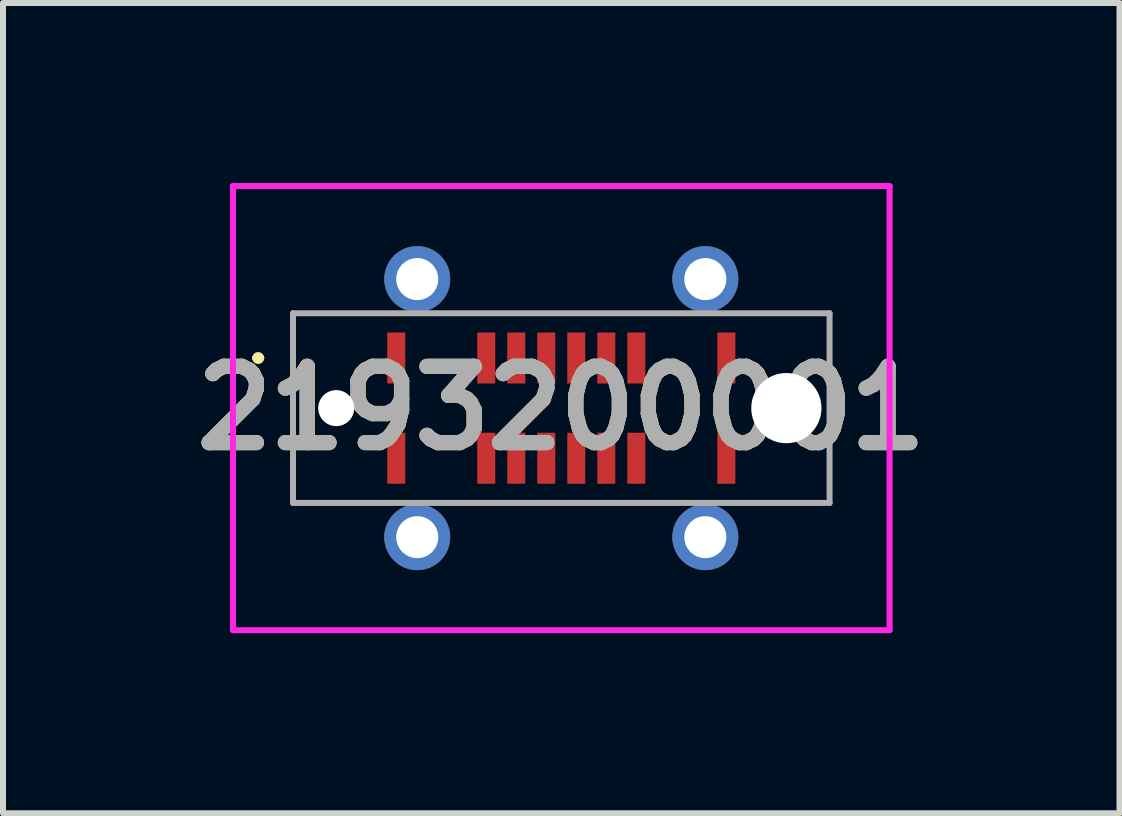
<source format=kicad_pcb>
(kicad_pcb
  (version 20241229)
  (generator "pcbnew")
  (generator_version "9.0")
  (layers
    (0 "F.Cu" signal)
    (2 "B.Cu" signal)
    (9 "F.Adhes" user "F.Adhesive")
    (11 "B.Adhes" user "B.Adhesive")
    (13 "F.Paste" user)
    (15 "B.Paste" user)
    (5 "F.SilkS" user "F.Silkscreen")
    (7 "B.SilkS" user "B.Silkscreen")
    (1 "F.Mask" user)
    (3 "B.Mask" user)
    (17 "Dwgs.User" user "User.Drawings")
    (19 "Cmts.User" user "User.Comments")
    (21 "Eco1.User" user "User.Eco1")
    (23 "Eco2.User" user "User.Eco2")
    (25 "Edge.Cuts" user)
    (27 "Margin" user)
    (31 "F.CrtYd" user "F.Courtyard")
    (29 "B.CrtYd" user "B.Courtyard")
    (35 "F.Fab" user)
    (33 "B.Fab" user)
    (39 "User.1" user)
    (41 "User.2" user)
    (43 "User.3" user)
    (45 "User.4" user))
  (footprint "2193200001"
    (layer "F.Cu")
    (at 6.302 3.75)
    (property "Reference" "2193200001" (at 0 0 0) (layer "F.SilkS") (effects (font (size 1.27 1.27) (thickness 0.254))))
    (attr through_hole)
    (fp_line (start -5.1 -0.835) (end -5.1 -0.835) (stroke (width 0.1) (type solid)) (layer "F.SilkS"))
    (fp_line (start -5 -0.835) (end -5 -0.835) (stroke (width 0.1) (type solid)) (layer "F.SilkS"))
    (fp_arc (start -5.1 -0.835) (mid -5.05 -0.885) (end -5 -0.835) (stroke (width 0.1) (type solid)) (layer "F.SilkS"))
    (fp_arc (start -5 -0.835) (mid -5.05 -0.785) (end -5.1 -0.835) (stroke (width 0.1) (type solid)) (layer "F.SilkS"))
    (fp_line (start -5.47 -3.7) (end 5.47 -3.7) (stroke (width 0.1) (type solid)) (layer "F.CrtYd"))
    (fp_line (start -5.47 3.7) (end -5.47 -3.7) (stroke (width 0.1) (type solid)) (layer "F.CrtYd"))
    (fp_line (start 5.47 -3.7) (end 5.47 3.7) (stroke (width 0.1) (type solid)) (layer "F.CrtYd"))
    (fp_line (start 5.47 3.7) (end -5.47 3.7) (stroke (width 0.1) (type solid)) (layer "F.CrtYd"))
    (fp_line (start -4.47 -1.58) (end 4.47 -1.58) (stroke (width 0.1) (type solid)) (layer "F.Fab"))
    (fp_line (start -4.47 1.58) (end -4.47 -1.58) (stroke (width 0.1) (type solid)) (layer "F.Fab"))
    (fp_line (start 4.47 -1.58) (end 4.47 1.58) (stroke (width 0.1) (type solid)) (layer "F.Fab"))
    (fp_line (start 4.47 1.58) (end -4.47 1.58) (stroke (width 0.1) (type solid)) (layer "F.Fab"))
    (fp_text user "${REFERENCE}" (at 0 0 0) (layer "F.Fab") (effects (font (size 1.27 1.27) (thickness 0.254))))
    (pad "" np_thru_hole circle (at -3.75 0) (size 0.6 0.6) (drill 0.6) (layers "*.Cu" "*.Mask"))
    (pad "" np_thru_hole circle (at 3.75 0) (size 1.17 1.17) (drill 1.17) (layers "*.Cu" "*.Mask"))
    (pad "A1" smd rect (at -2.75 -0.835) (size 0.3 0.85) (layers "F.Cu" "F.Mask" "F.Paste"))
    (pad "A4" smd rect (at -1.25 -0.835) (size 0.3 0.85) (layers "F.Cu" "F.Mask" "F.Paste"))
    (pad "A5" smd rect (at -0.75 -0.835) (size 0.3 0.85) (layers "F.Cu" "F.Mask" "F.Paste"))
    (pad "A6" smd rect (at -0.25 -0.835) (size 0.3 0.85) (layers "F.Cu" "F.Mask" "F.Paste"))
    (pad "A7" smd rect (at 0.25 -0.835) (size 0.3 0.85) (layers "F.Cu" "F.Mask" "F.Paste"))
    (pad "A8" smd rect (at 0.75 -0.835) (size 0.3 0.85) (layers "F.Cu" "F.Mask" "F.Paste"))
    (pad "A9" smd rect (at 1.25 -0.835) (size 0.3 0.85) (layers "F.Cu" "F.Mask" "F.Paste"))
    (pad "A12" smd rect (at 2.75 -0.835) (size 0.3 0.85) (layers "F.Cu" "F.Mask" "F.Paste"))
    (pad "B1" smd rect (at 2.75 0.835) (size 0.3 0.85) (layers "F.Cu" "F.Mask" "F.Paste"))
    (pad "B4" smd rect (at 1.25 0.835) (size 0.3 0.85) (layers "F.Cu" "F.Mask" "F.Paste"))
    (pad "B5" smd rect (at 0.75 0.835) (size 0.3 0.85) (layers "F.Cu" "F.Mask" "F.Paste"))
    (pad "B6" smd rect (at 0.25 0.835) (size 0.3 0.85) (layers "F.Cu" "F.Mask" "F.Paste"))
    (pad "B7" smd rect (at -0.25 0.835) (size 0.3 0.85) (layers "F.Cu" "F.Mask" "F.Paste"))
    (pad "B8" smd rect (at -0.75 0.835) (size 0.3 0.85) (layers "F.Cu" "F.Mask" "F.Paste"))
    (pad "B9" smd rect (at -1.25 0.835) (size 0.3 0.85) (layers "F.Cu" "F.Mask" "F.Paste"))
    (pad "B12" smd rect (at -2.75 0.835) (size 0.3 0.85) (layers "F.Cu" "F.Mask" "F.Paste"))
    (pad "MH3" thru_hole circle (at -2.4 -2.15) (size 1.1 1.1) (drill 0.7) (layers "*.Cu" "*.Mask"))
    (pad "MH4" thru_hole circle (at 2.4 -2.15) (size 1.1 1.1) (drill 0.7) (layers "*.Cu" "*.Mask"))
    (pad "MH5" thru_hole circle (at 2.4 2.15) (size 1.1 1.1) (drill 0.7) (layers "*.Cu" "*.Mask"))
    (pad "MH6" thru_hole circle (at -2.4 2.15) (size 1.1 1.1) (drill 0.7) (layers "*.Cu" "*.Mask")))
  (gr_rect
    (start -3 -3)
    (end 15.603 10.5)
    (stroke (width 0.1) (type default))
    (fill no)
    (layer "Edge.Cuts")))
</source>
